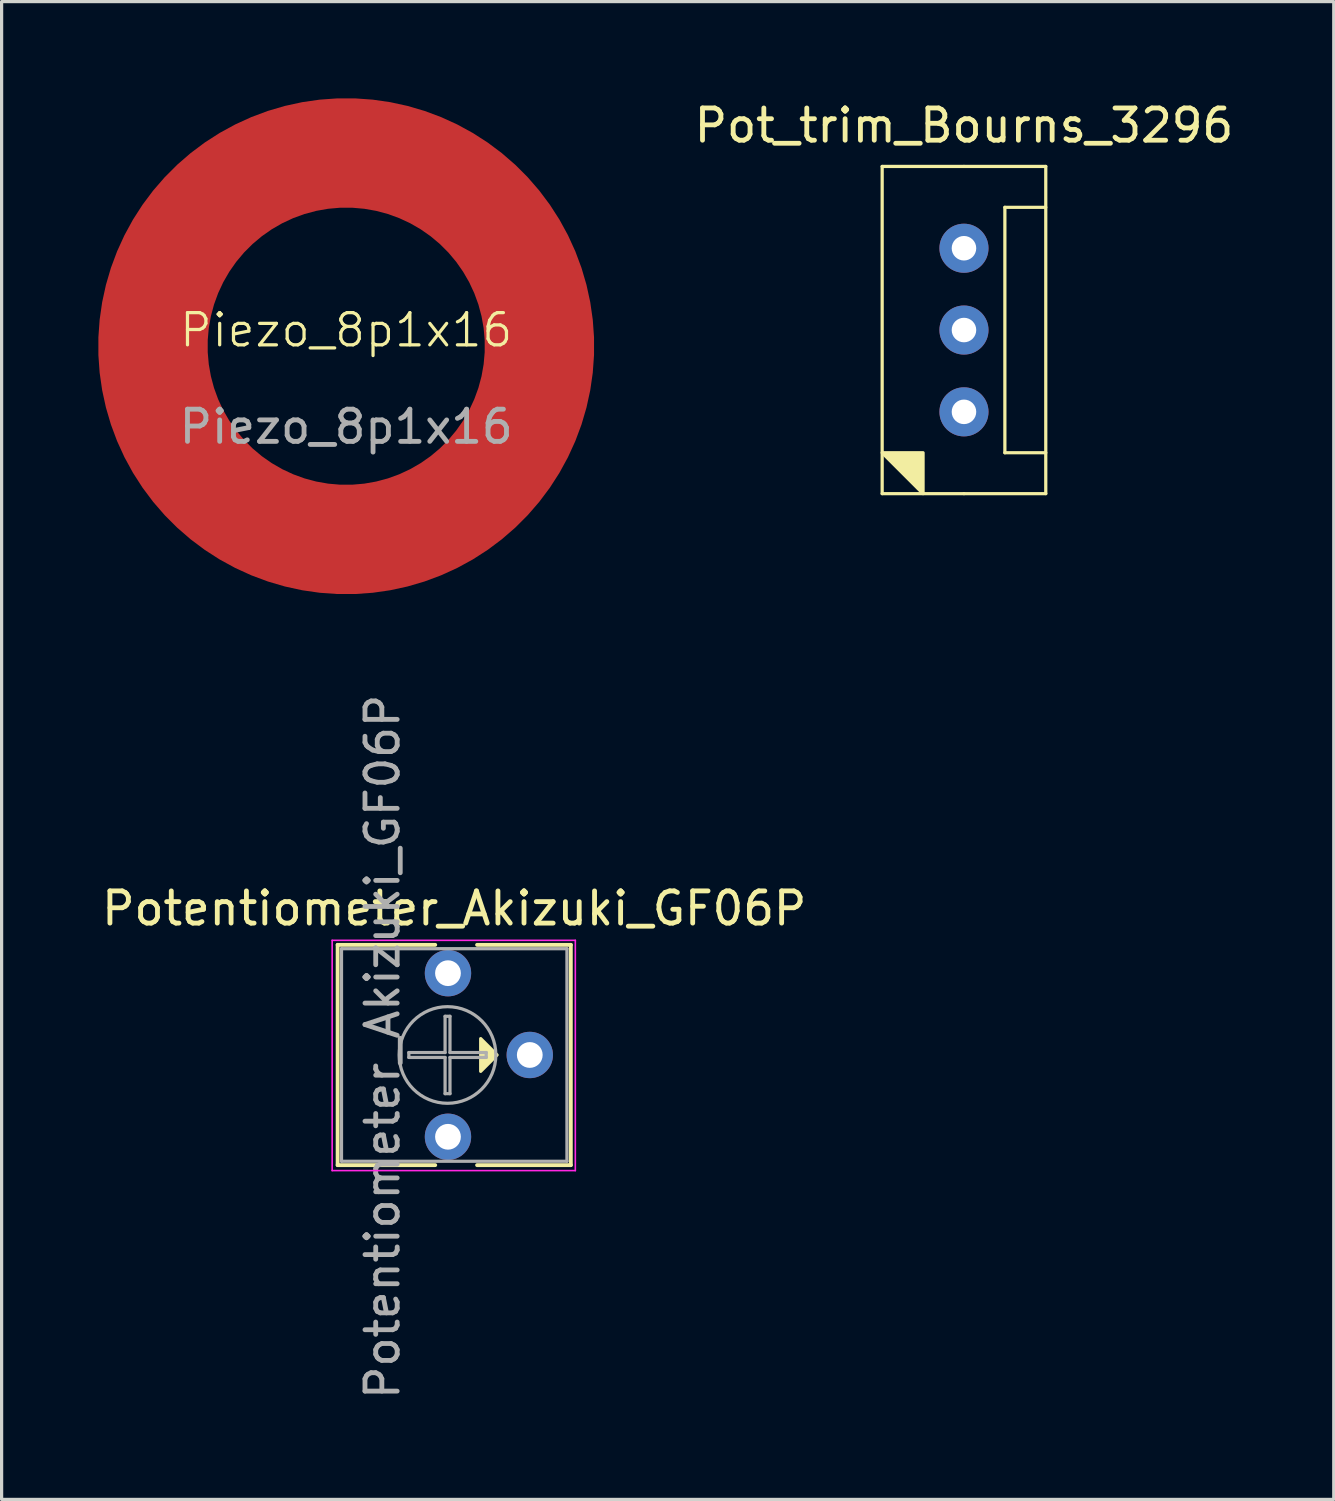
<source format=kicad_pcb>
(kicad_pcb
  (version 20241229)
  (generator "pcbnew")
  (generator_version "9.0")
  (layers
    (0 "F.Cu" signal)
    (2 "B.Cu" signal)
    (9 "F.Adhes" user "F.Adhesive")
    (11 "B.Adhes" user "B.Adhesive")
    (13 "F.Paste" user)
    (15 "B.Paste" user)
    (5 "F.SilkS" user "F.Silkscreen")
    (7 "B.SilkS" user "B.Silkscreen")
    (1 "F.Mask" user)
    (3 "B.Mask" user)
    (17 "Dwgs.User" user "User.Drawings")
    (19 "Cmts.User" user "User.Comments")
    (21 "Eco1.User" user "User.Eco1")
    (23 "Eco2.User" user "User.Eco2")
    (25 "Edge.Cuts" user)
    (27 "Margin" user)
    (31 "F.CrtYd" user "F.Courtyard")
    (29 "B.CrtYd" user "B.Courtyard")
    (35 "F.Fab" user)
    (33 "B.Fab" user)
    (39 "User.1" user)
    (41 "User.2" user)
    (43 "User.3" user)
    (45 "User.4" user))
  (footprint "Pot_trim_Bourns_3296"
    (layer "F.Cu")
    (at 26.882 7.198)
    (property "Reference" "Pot_trim_Bourns_3296" (at 0 -6.35 0) (layer "F.SilkS") (effects (font (size 1 1) (thickness 0.15))))
    (attr through_hole)
    (fp_line (start -2.54 -5.08) (end 0 -5.08) (stroke (width 0.1) (type solid)) (layer "F.SilkS"))
    (fp_line (start -2.54 5.08) (end -2.54 -5.08) (stroke (width 0.1) (type solid)) (layer "F.SilkS"))
    (fp_line (start 0 5.08) (end -2.54 5.08) (stroke (width 0.1) (type solid)) (layer "F.SilkS"))
    (fp_line (start 0 5.08) (end 2.54 5.08) (stroke (width 0.1) (type solid)) (layer "F.SilkS"))
    (fp_line (start 1.27 -3.81) (end 1.27 3.81) (stroke (width 0.1) (type solid)) (layer "F.SilkS"))
    (fp_line (start 1.27 3.81) (end 2.54 3.81) (stroke (width 0.1) (type solid)) (layer "F.SilkS"))
    (fp_line (start 2.54 -5.08) (end 0 -5.08) (stroke (width 0.1) (type solid)) (layer "F.SilkS"))
    (fp_line (start 2.54 -3.81) (end 1.27 -3.81) (stroke (width 0.1) (type solid)) (layer "F.SilkS"))
    (fp_line (start 2.54 5.08) (end 2.54 -5.08) (stroke (width 0.1) (type solid)) (layer "F.SilkS"))
    (fp_poly (pts (xy -1.27 5.08) (xy -2.54 3.81) (xy -1.27 3.81)) (stroke (width 0.1) (type solid)) (fill yes) (layer "F.SilkS"))
    (pad "1" thru_hole circle (at 0 2.54) (size 1.524 1.524) (drill 0.762) (layers "*.Cu" "*.Mask"))
    (pad "2" thru_hole circle (at 0 0) (size 1.524 1.524) (drill 0.762) (layers "*.Cu" "*.Mask"))
    (pad "3" thru_hole circle (at 0 -2.54) (size 1.524 1.524) (drill 0.762) (layers "*.Cu" "*.Mask")))
  (footprint "Piezo_8p1x16"
    (layer "F.Cu")
    (at 7.7 7.7)
    (property "Reference" "Piezo_8p1x16" (at 0 -0.5 0) (unlocked yes) (layer "F.SilkS") (effects (font (size 1 1) (thickness 0.1))))
    (attr smd)
    (fp_text user "${REFERENCE}" (at 0 2.5 0) (unlocked yes) (layer "F.Fab") (effects (font (size 1 1) (thickness 0.15))))
    (pad "1" smd custom (at 0 -6) (size 1 1) (layers "F.Cu" "F.Mask" "F.Paste") (options (anchor circle)) (primitives (gr_circle (center 0 6) (end 6 6) (width 3.4) (fill no)))))
  (footprint "Potentiometer_Akizuki_GF06P"
    (layer "F.Cu")
    (at 11.114 32.248)
    (property "Reference" "Potentiometer_Akizuki_GF06P" (at -0.06 -7.09 0) (layer "F.SilkS") (effects (font (size 1 1) (thickness 0.15))))
    (attr through_hole)
    (fp_line (start -3.68 -5.96) (end -3.68 0.88) (stroke (width 0.12) (type solid)) (layer "F.SilkS"))
    (fp_line (start -3.68 -5.96) (end -0.65 -5.96) (stroke (width 0.12) (type solid)) (layer "F.SilkS"))
    (fp_line (start -3.68 0.88) (end -0.65 0.88) (stroke (width 0.12) (type solid)) (layer "F.SilkS"))
    (fp_line (start 0.65 -5.96) (end 3.56 -5.96) (stroke (width 0.12) (type solid)) (layer "F.SilkS"))
    (fp_line (start 0.65 0.88) (end 3.56 0.88) (stroke (width 0.12) (type solid)) (layer "F.SilkS"))
    (fp_line (start 3.56 -5.96) (end 3.56 0.88) (stroke (width 0.12) (type solid)) (layer "F.SilkS"))
    (fp_poly (pts (xy 1.27 -2.54) (xy 0.762 -2.032) (xy 0.762 -3.048)) (stroke (width 0.1) (type solid)) (fill yes) (layer "F.SilkS"))
    (fp_line (start -3.85 -6.1) (end -3.85 1.05) (stroke (width 0.05) (type solid)) (layer "F.CrtYd"))
    (fp_line (start -3.85 1.05) (end 3.7 1.05) (stroke (width 0.05) (type solid)) (layer "F.CrtYd"))
    (fp_line (start 3.7 -6.1) (end -3.85 -6.1) (stroke (width 0.05) (type solid)) (layer "F.CrtYd"))
    (fp_line (start 3.7 1.05) (end 3.7 -6.1) (stroke (width 0.05) (type solid)) (layer "F.CrtYd"))
    (fp_line (start -3.56 -5.84) (end -3.56 0.76) (stroke (width 0.1) (type solid)) (layer "F.Fab"))
    (fp_line (start -3.56 0.76) (end 3.44 0.76) (stroke (width 0.1) (type solid)) (layer "F.Fab"))
    (fp_line (start -1.469 -2.616) (end -0.344 -2.616) (stroke (width 0.1) (type solid)) (layer "F.Fab"))
    (fp_line (start -1.469 -2.464) (end -1.469 -2.616) (stroke (width 0.1) (type solid)) (layer "F.Fab"))
    (fp_line (start -0.344 -3.741) (end -0.192 -3.741) (stroke (width 0.1) (type solid)) (layer "F.Fab"))
    (fp_line (start -0.344 -2.616) (end -0.344 -3.741) (stroke (width 0.1) (type solid)) (layer "F.Fab"))
    (fp_line (start -0.344 -2.464) (end -1.469 -2.464) (stroke (width 0.1) (type solid)) (layer "F.Fab"))
    (fp_line (start -0.344 -1.339) (end -0.344 -2.464) (stroke (width 0.1) (type solid)) (layer "F.Fab"))
    (fp_line (start -0.192 -3.741) (end -0.192 -2.616) (stroke (width 0.1) (type solid)) (layer "F.Fab"))
    (fp_line (start -0.192 -2.616) (end 0.933 -2.616) (stroke (width 0.1) (type solid)) (layer "F.Fab"))
    (fp_line (start -0.192 -2.464) (end -0.192 -1.339) (stroke (width 0.1) (type solid)) (layer "F.Fab"))
    (fp_line (start -0.192 -1.339) (end -0.344 -1.339) (stroke (width 0.1) (type solid)) (layer "F.Fab"))
    (fp_line (start 0.933 -2.616) (end 0.933 -2.464) (stroke (width 0.1) (type solid)) (layer "F.Fab"))
    (fp_line (start 0.933 -2.464) (end -0.192 -2.464) (stroke (width 0.1) (type solid)) (layer "F.Fab"))
    (fp_line (start 3.44 -5.84) (end -3.56 -5.84) (stroke (width 0.1) (type solid)) (layer "F.Fab"))
    (fp_line (start 3.44 0.76) (end 3.44 -5.84) (stroke (width 0.1) (type solid)) (layer "F.Fab"))
    (fp_circle (center -0.268 -2.54) (end 1.232 -2.54) (stroke (width 0.1) (type solid)) (fill no) (layer "F.Fab"))
    (fp_text user "${REFERENCE}" (at -2.286 -2.794 90) (layer "F.Fab") (effects (font (size 1 1) (thickness 0.15))))
    (pad "1" thru_hole circle (at -0.254 -5.08) (size 1.44 1.44) (drill 0.8) (layers "*.Cu" "*.Mask"))
    (pad "2" thru_hole circle (at 2.286 -2.54) (size 1.44 1.44) (drill 0.8) (layers "*.Cu" "*.Mask"))
    (pad "3" thru_hole circle (at -0.254 0) (size 1.44 1.44) (drill 0.8) (layers "*.Cu" "*.Mask")))
  (gr_rect
    (start -3 -3)
    (end 38.364 43.507)
    (stroke (width 0.1) (type default))
    (fill no)
    (layer "Edge.Cuts")))
</source>
